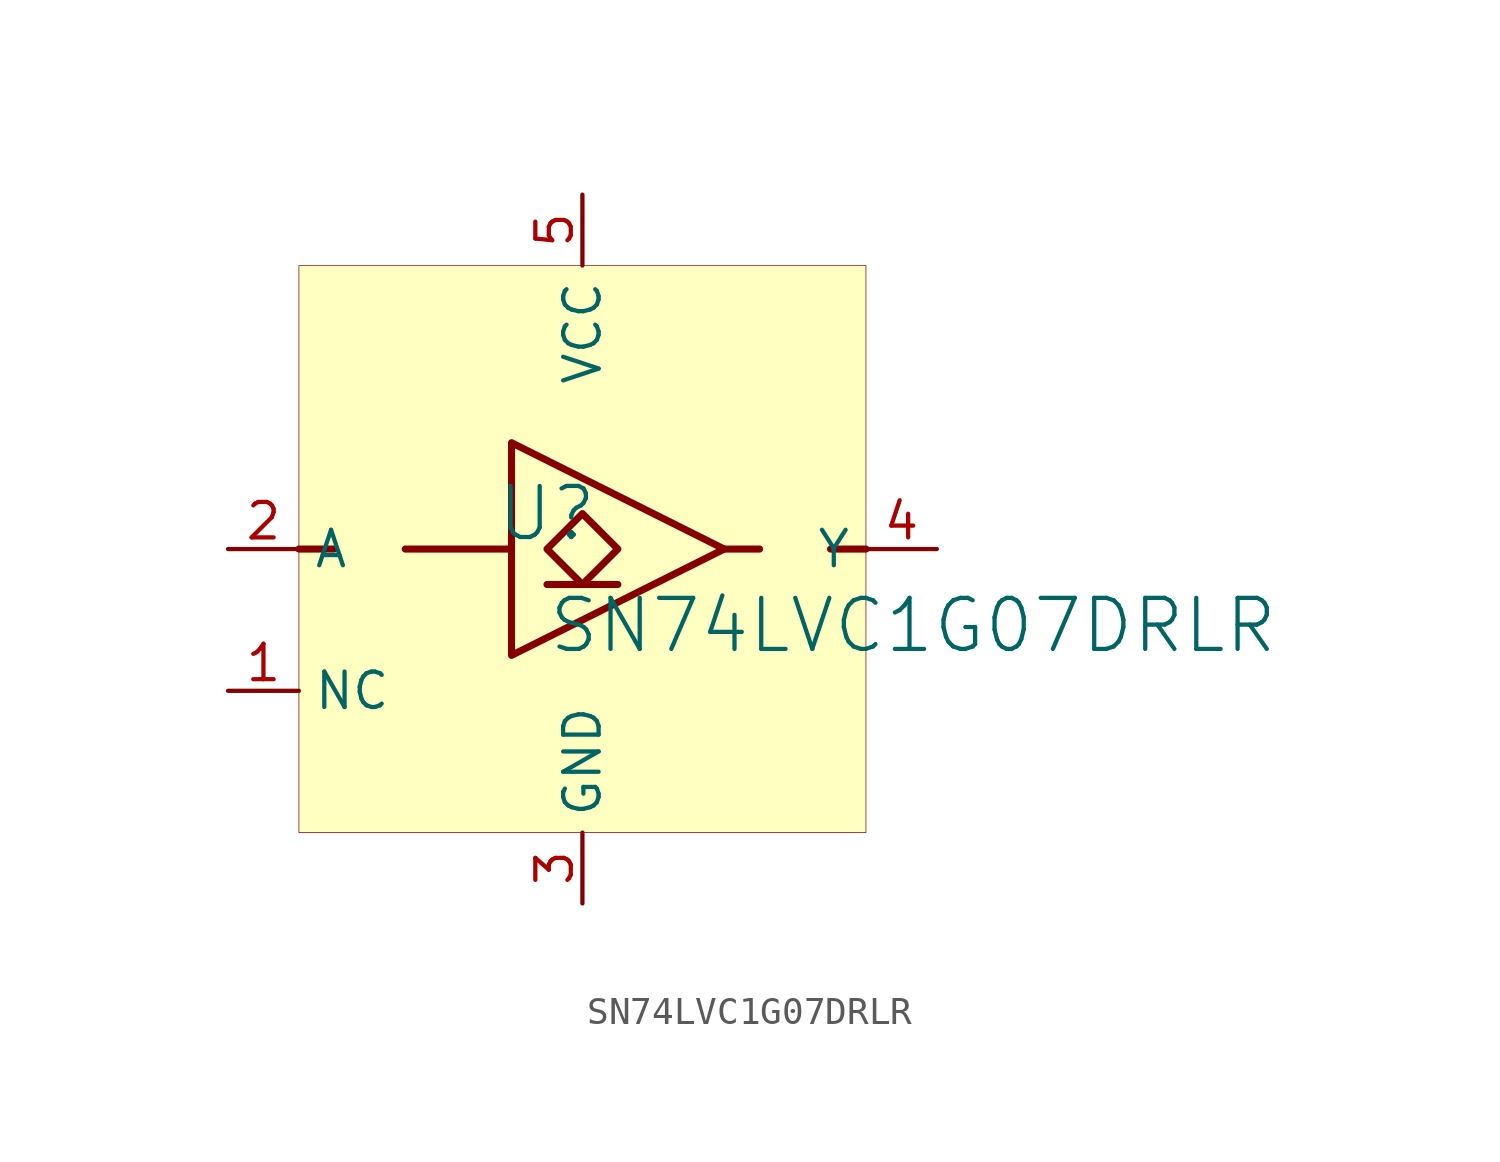
<source format=kicad_sym>
(kicad_symbol_lib
  (version 20231120)
  (generator "kicad_symbol_editor")
  (generator_version "8.0")
  (symbol "SN74LVC1G07DRLR"
    (property "Reference" "U"
      (at -1.27 1.27 0)
      (effects (font (size 1.829 1.829))))
    (property "Value" "SN74LVC1G07DRLR"
      (at -1.27 -3.81 0)
      (effects (font (size 1.829 1.829)) (justify left bottom)))
    (symbol "SN74LVC1G07DRLR_1_0"
      (polyline (pts (xy -10.16 0) (xy -8.89 0)) (stroke (width 0.254) (type solid)) (fill (type none)))
      (polyline (pts (xy -2.54 0) (xy -6.35 0)) (stroke (width 0.254) (type solid)) (fill (type none)))
      (polyline (pts (xy -1.27 -1.27) (xy 1.27 -1.27)) (stroke (width 0.254) (type solid)) (fill (type none)))
      (polyline (pts (xy 5.08 0) (xy 6.35 0)) (stroke (width 0.254) (type solid)) (fill (type none)))
      (polyline (pts (xy 10.16 0) (xy 8.89 0)) (stroke (width 0.254) (type solid)) (fill (type none)))
      (polyline (pts (xy -2.54 -3.81) (xy 5.08 0) (xy -2.54 3.81) (xy -2.54 -3.81)) (stroke (width 0.254) (type solid)) (fill (type none)))
      (polyline (pts (xy -1.27 0) (xy 0 1.27) (xy 1.27 0) (xy 0 -1.27) (xy -1.27 0)) (stroke (width 0.254) (type solid)) (fill (type none)))
      (rectangle (start 10.16 10.16) (end -10.16 -10.16) (stroke (width 0.025) (type solid) (color 128 0 0 1)) (fill (type background)))
      (pin passive line (at -12.7 -5.08 0) (length 2.54) (name "NC" (effects (font (size 1.27 1.27)))) (number "1" (effects (font (size 1.27 1.27)))))
      (pin input line (at -12.7 0 0) (length 2.54) (name "A" (effects (font (size 1.27 1.27)))) (number "2" (effects (font (size 1.27 1.27)))))
      (pin power_in line (at 0 -12.7 90) (length 2.54) (name "GND" (effects (font (size 1.27 1.27)))) (number "3" (effects (font (size 1.27 1.27)))))
      (pin open_collector line (at 12.7 0 180) (length 2.54) (name "Y" (effects (font (size 1.27 1.27)))) (number "4" (effects (font (size 1.27 1.27)))))
      (pin power_in line (at 0 12.7 270) (length 2.54) (name "VCC" (effects (font (size 1.27 1.27)))) (number "5" (effects (font (size 1.27 1.27))))))))
</source>
